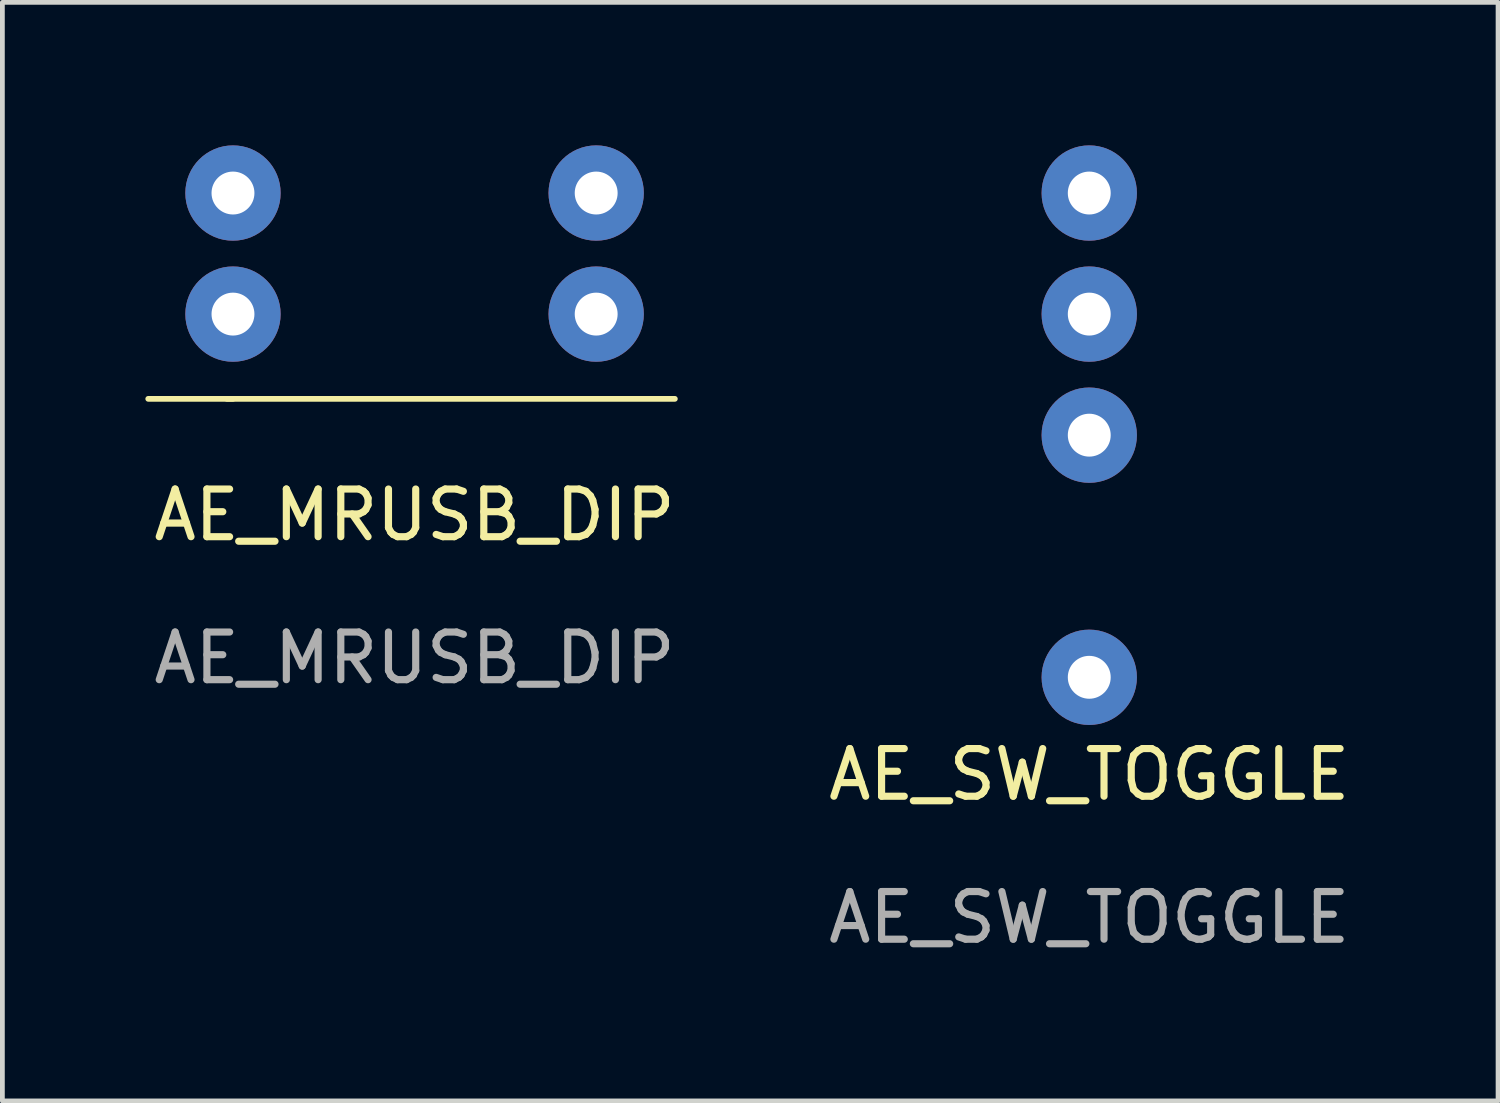
<source format=kicad_pcb>
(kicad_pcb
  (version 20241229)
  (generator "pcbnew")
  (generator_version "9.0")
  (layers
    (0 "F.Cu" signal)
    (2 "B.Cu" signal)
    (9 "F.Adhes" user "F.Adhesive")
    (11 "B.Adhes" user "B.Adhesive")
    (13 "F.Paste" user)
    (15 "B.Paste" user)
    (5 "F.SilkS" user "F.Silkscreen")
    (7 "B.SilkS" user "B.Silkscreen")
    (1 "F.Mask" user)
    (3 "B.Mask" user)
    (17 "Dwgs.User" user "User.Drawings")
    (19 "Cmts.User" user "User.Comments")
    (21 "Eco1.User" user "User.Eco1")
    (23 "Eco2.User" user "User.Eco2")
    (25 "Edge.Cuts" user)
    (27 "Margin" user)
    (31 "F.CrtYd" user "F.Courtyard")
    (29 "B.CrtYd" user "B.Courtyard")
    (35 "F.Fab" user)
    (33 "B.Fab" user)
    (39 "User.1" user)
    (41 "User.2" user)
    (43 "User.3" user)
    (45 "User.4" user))
  (footprint "AE_MRUSB_DIP"
    (layer "F.Cu")
    (at 5.648 7.35)
    (property "Reference" "AE_MRUSB_DIP" (at 0 0.405 0) (unlocked yes) (layer "F.SilkS") (effects (font (size 1 1) (thickness 0.15))))
    (attr through_hole)
    (fp_line (start -3.81 -2.032) (end -5.588 -2.032) (stroke (width 0.12) (type solid)) (layer "F.SilkS"))
    (fp_line (start 5.461 -2.032) (end -3.937 -2.032) (stroke (width 0.12) (type solid)) (layer "F.SilkS"))
    (fp_text user "${REFERENCE}" (at 0 3.405 0) (unlocked yes) (layer "F.Fab") (effects (font (size 1 1) (thickness 0.15))))
    (pad "1" thru_hole circle (at -3.81 -6.35) (size 2 2) (drill 0.9) (layers "*.Cu" "*.Mask"))
    (pad "2" thru_hole circle (at 3.81 -6.35) (size 2 2) (drill 0.9) (layers "*.Cu" "*.Mask"))
    (pad "3" thru_hole circle (at -3.81 -3.81) (size 2 2) (drill 0.9) (layers "*.Cu" "*.Mask"))
    (pad "4" thru_hole circle (at 3.81 -3.81) (size 2 2) (drill 0.9) (layers "*.Cu" "*.Mask")))
  (footprint "AE_SW_TOGGLE"
    (layer "F.Cu")
    (at 19.803 13.7)
    (property "Reference" "AE_SW_TOGGLE" (at 0 -0.5 0) (unlocked yes) (layer "F.SilkS") (effects (font (size 1 1) (thickness 0.15))))
    (attr through_hole)
    (fp_text user "${REFERENCE}" (at 0 2.5 0) (unlocked yes) (layer "F.Fab") (effects (font (size 1 1) (thickness 0.15))))
    (pad "1" thru_hole circle (at 0 -7.62) (size 2 2) (drill 0.9) (layers "*.Cu" "*.Mask"))
    (pad "2" thru_hole circle (at 0 -10.16) (size 2 2) (drill 0.9) (layers "*.Cu" "*.Mask"))
    (pad "3" thru_hole circle (at 0 -12.7) (size 2 2) (drill 0.9) (layers "*.Cu" "*.Mask"))
    (pad "4" thru_hole circle (at 0 -2.54) (size 2 2) (drill 0.9) (layers "*.Cu" "*.Mask")))
  (gr_rect
    (start -3 -3)
    (end 28.38 20.048)
    (stroke (width 0.1) (type default))
    (fill no)
    (layer "Edge.Cuts")))
</source>
